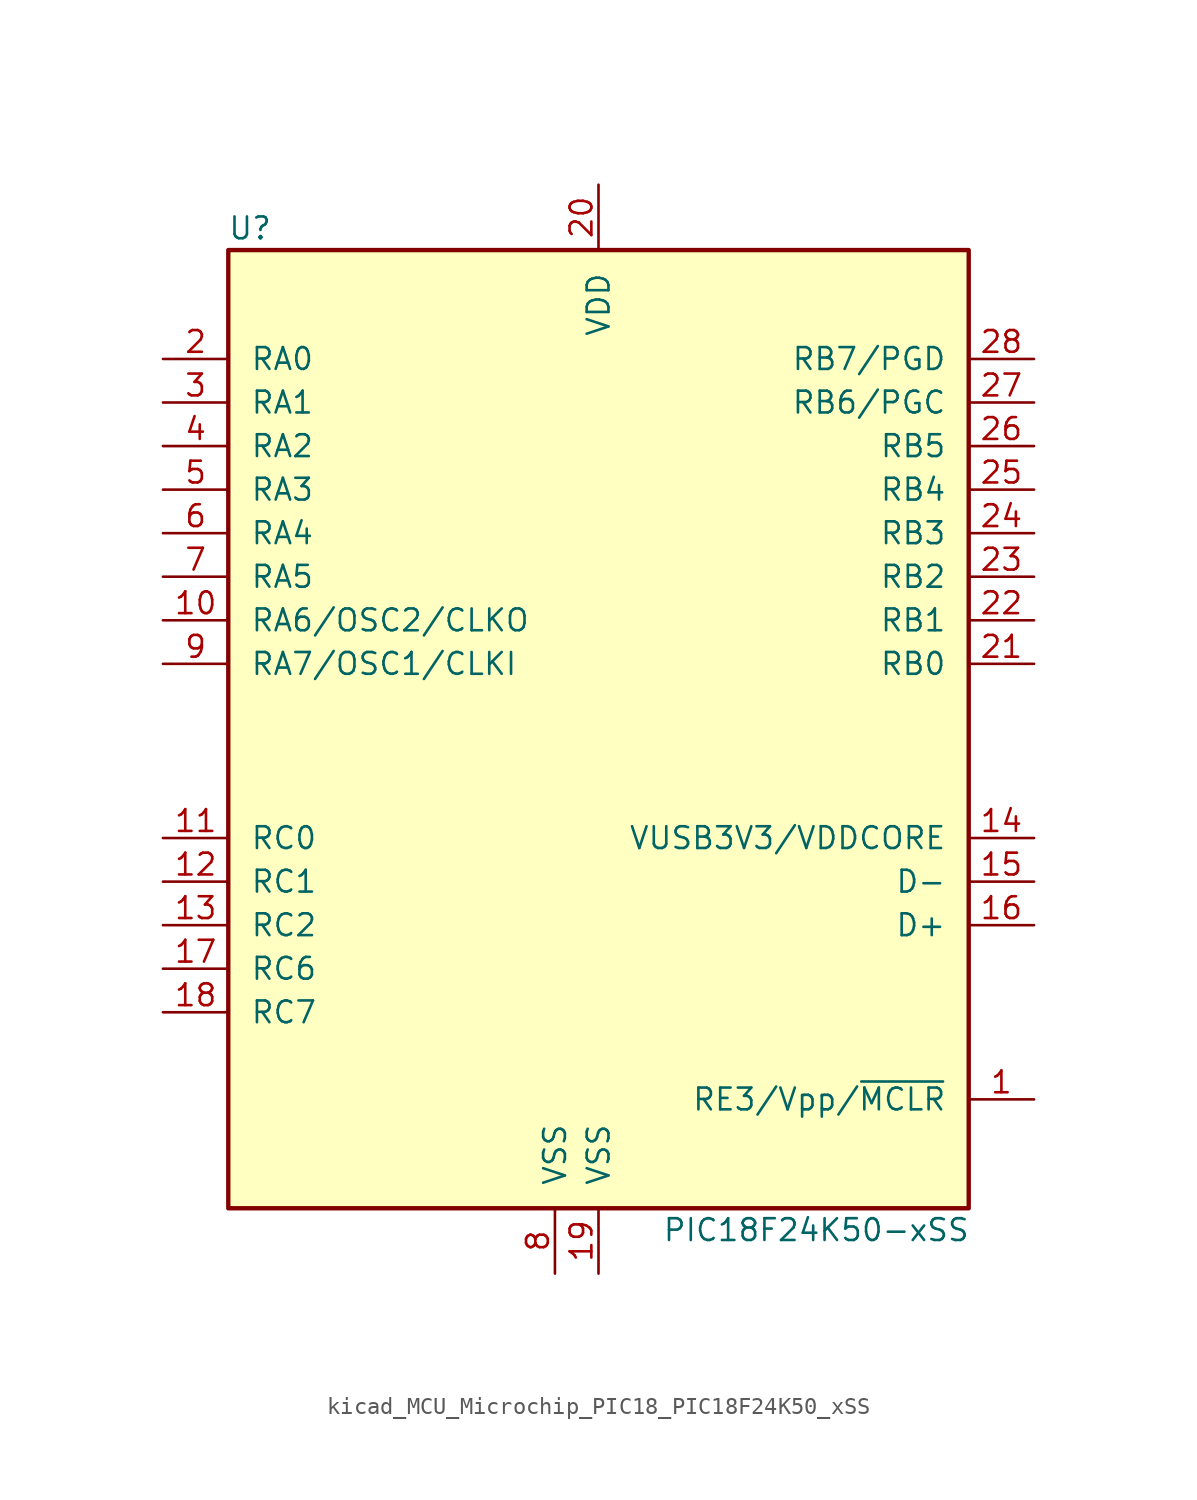
<source format=kicad_sym>
(kicad_symbol_lib
  (version 20220914)
  (generator kicad_symbol_editor)
  (symbol "kicad_MCU_Microchip_PIC18_PIC18F24K50_xSS"
    (pin_names
      (offset 1.27))
    (property "Reference" "U"
      (at -20.32 30.48 0)
      (effects (font (size 1.27 1.27))))
    (property "Value" "PIC18F24K50-xSS"
      (at 12.7 -27.94 0)
      (effects (font (size 1.27 1.27))))
    (symbol "kicad_MCU_Microchip_PIC18_PIC18F24K50_xSS_0_1"
      (rectangle (start -21.59 29.21) (end 21.59 -26.67) (stroke (width 0.254) (type default)) (fill (type background))))
    (symbol "kicad_MCU_Microchip_PIC18_PIC18F24K50_xSS_1_1"
      (pin input line (at 25.4 -20.32 180) (length 3.81) (name "RE3/Vpp/~{MCLR}" (effects (font (size 1.27 1.27)))) (number "1" (effects (font (size 1.27 1.27)))))
      (pin output line (at -25.4 7.62 0) (length 3.81) (name "RA6/OSC2/CLKO" (effects (font (size 1.27 1.27)))) (number "10" (effects (font (size 1.27 1.27)))))
      (pin bidirectional line (at -25.4 -5.08 0) (length 3.81) (name "RC0" (effects (font (size 1.27 1.27)))) (number "11" (effects (font (size 1.27 1.27)))))
      (pin bidirectional line (at -25.4 -7.62 0) (length 3.81) (name "RC1" (effects (font (size 1.27 1.27)))) (number "12" (effects (font (size 1.27 1.27)))))
      (pin bidirectional line (at -25.4 -10.16 0) (length 3.81) (name "RC2" (effects (font (size 1.27 1.27)))) (number "13" (effects (font (size 1.27 1.27)))))
      (pin bidirectional line (at 25.4 -5.08 180) (length 3.81) (name "VUSB3V3/VDDCORE" (effects (font (size 1.27 1.27)))) (number "14" (effects (font (size 1.27 1.27)))))
      (pin bidirectional line (at 25.4 -7.62 180) (length 3.81) (name "D-" (effects (font (size 1.27 1.27)))) (number "15" (effects (font (size 1.27 1.27)))))
      (pin bidirectional line (at 25.4 -10.16 180) (length 3.81) (name "D+" (effects (font (size 1.27 1.27)))) (number "16" (effects (font (size 1.27 1.27)))))
      (pin bidirectional line (at -25.4 -12.7 0) (length 3.81) (name "RC6" (effects (font (size 1.27 1.27)))) (number "17" (effects (font (size 1.27 1.27)))))
      (pin bidirectional line (at -25.4 -15.24 0) (length 3.81) (name "RC7" (effects (font (size 1.27 1.27)))) (number "18" (effects (font (size 1.27 1.27)))))
      (pin power_in line (at 0 -30.48 90) (length 3.81) (name "VSS" (effects (font (size 1.27 1.27)))) (number "19" (effects (font (size 1.27 1.27)))))
      (pin bidirectional line (at -25.4 22.86 0) (length 3.81) (name "RA0" (effects (font (size 1.27 1.27)))) (number "2" (effects (font (size 1.27 1.27)))))
      (pin power_in line (at 0 33.02 270) (length 3.81) (name "VDD" (effects (font (size 1.27 1.27)))) (number "20" (effects (font (size 1.27 1.27)))))
      (pin bidirectional line (at 25.4 5.08 180) (length 3.81) (name "RB0" (effects (font (size 1.27 1.27)))) (number "21" (effects (font (size 1.27 1.27)))))
      (pin bidirectional line (at 25.4 7.62 180) (length 3.81) (name "RB1" (effects (font (size 1.27 1.27)))) (number "22" (effects (font (size 1.27 1.27)))))
      (pin bidirectional line (at 25.4 10.16 180) (length 3.81) (name "RB2" (effects (font (size 1.27 1.27)))) (number "23" (effects (font (size 1.27 1.27)))))
      (pin bidirectional line (at 25.4 12.7 180) (length 3.81) (name "RB3" (effects (font (size 1.27 1.27)))) (number "24" (effects (font (size 1.27 1.27)))))
      (pin bidirectional line (at 25.4 15.24 180) (length 3.81) (name "RB4" (effects (font (size 1.27 1.27)))) (number "25" (effects (font (size 1.27 1.27)))))
      (pin bidirectional line (at 25.4 17.78 180) (length 3.81) (name "RB5" (effects (font (size 1.27 1.27)))) (number "26" (effects (font (size 1.27 1.27)))))
      (pin bidirectional line (at 25.4 20.32 180) (length 3.81) (name "RB6/PGC" (effects (font (size 1.27 1.27)))) (number "27" (effects (font (size 1.27 1.27)))))
      (pin bidirectional line (at 25.4 22.86 180) (length 3.81) (name "RB7/PGD" (effects (font (size 1.27 1.27)))) (number "28" (effects (font (size 1.27 1.27)))))
      (pin bidirectional line (at -25.4 20.32 0) (length 3.81) (name "RA1" (effects (font (size 1.27 1.27)))) (number "3" (effects (font (size 1.27 1.27)))))
      (pin bidirectional line (at -25.4 17.78 0) (length 3.81) (name "RA2" (effects (font (size 1.27 1.27)))) (number "4" (effects (font (size 1.27 1.27)))))
      (pin bidirectional line (at -25.4 15.24 0) (length 3.81) (name "RA3" (effects (font (size 1.27 1.27)))) (number "5" (effects (font (size 1.27 1.27)))))
      (pin bidirectional line (at -25.4 12.7 0) (length 3.81) (name "RA4" (effects (font (size 1.27 1.27)))) (number "6" (effects (font (size 1.27 1.27)))))
      (pin bidirectional line (at -25.4 10.16 0) (length 3.81) (name "RA5" (effects (font (size 1.27 1.27)))) (number "7" (effects (font (size 1.27 1.27)))))
      (pin power_in line (at -2.54 -30.48 90) (length 3.81) (name "VSS" (effects (font (size 1.27 1.27)))) (number "8" (effects (font (size 1.27 1.27)))))
      (pin input line (at -25.4 5.08 0) (length 3.81) (name "RA7/OSC1/CLKI" (effects (font (size 1.27 1.27)))) (number "9" (effects (font (size 1.27 1.27))))))))
</source>
